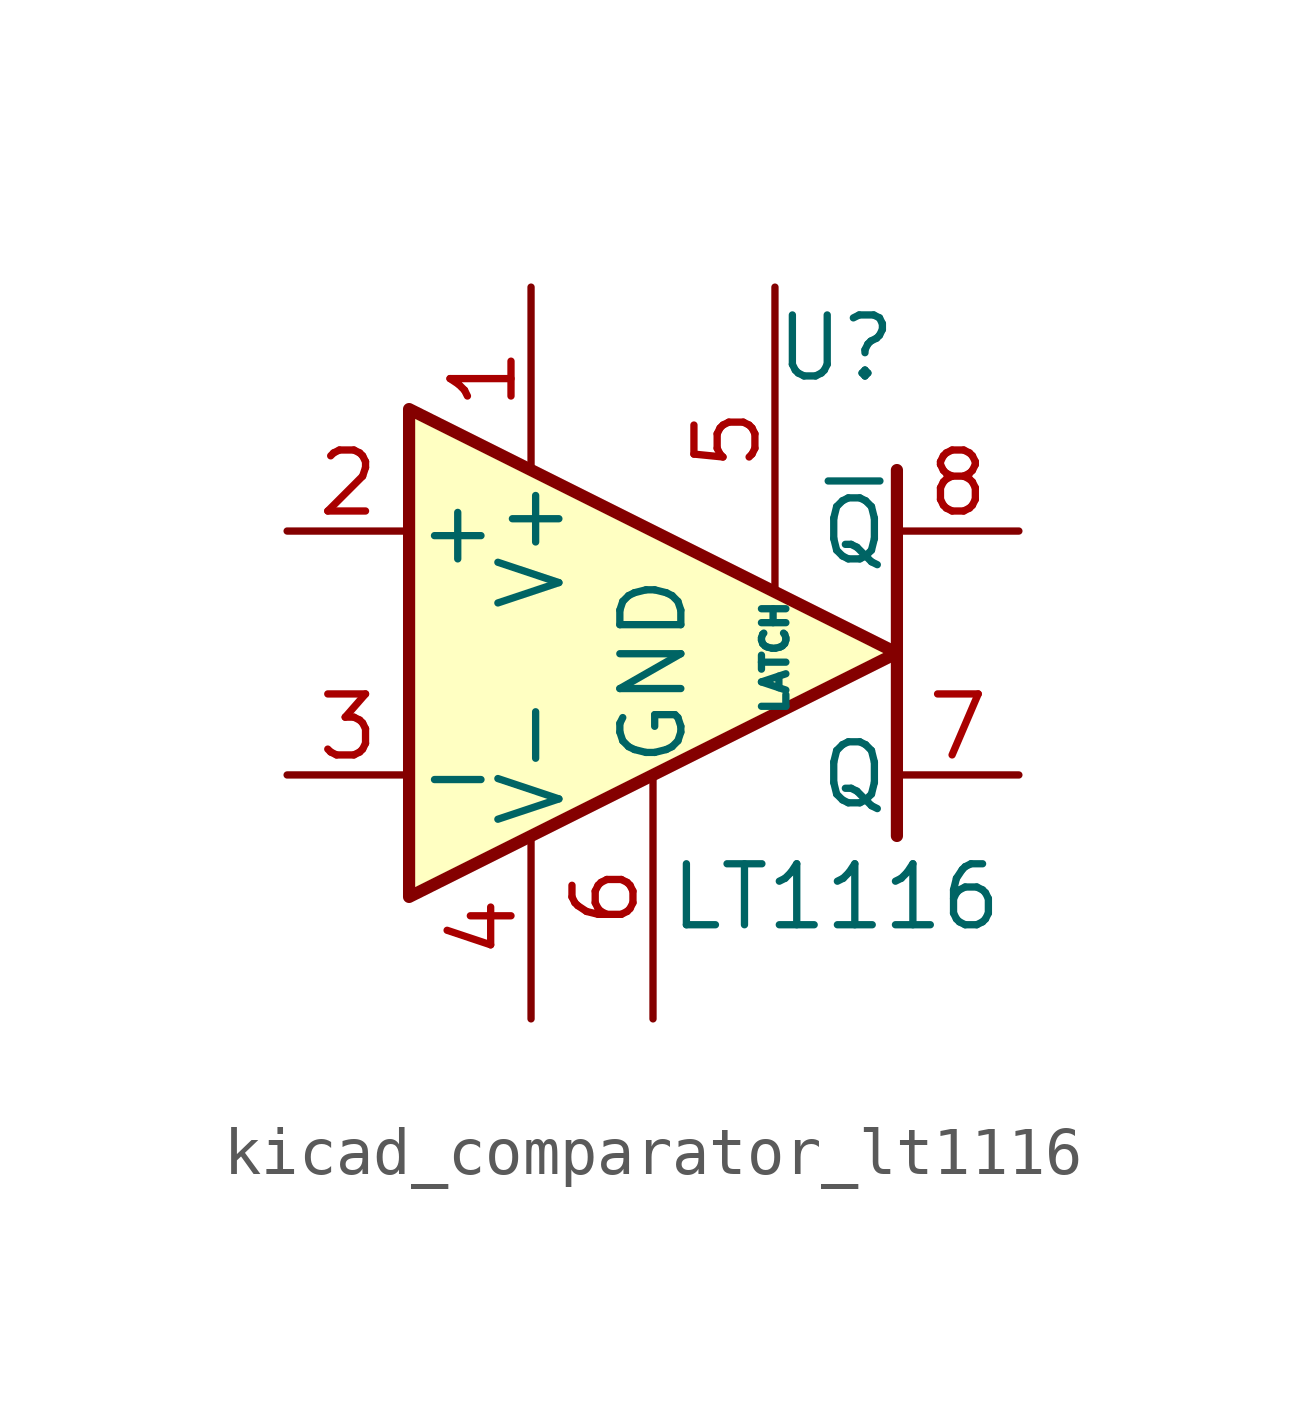
<source format=kicad_sym>
(kicad_symbol_lib
  (version 20220914)
  (generator kicad_symbol_editor)
  (symbol "kicad_comparator_lt1116"
    (pin_names
      (offset 0.127))
    (property "Reference" "U"
      (at 3.81 6.35 0)
      (effects (font (size 1.27 1.27))))
    (property "Value" "LT1116"
      (at 3.81 -5.08 0)
      (effects (font (size 1.27 1.27))))
    (symbol "kicad_comparator_lt1116_0_1"
      (polyline (pts (xy 5.08 3.81) (xy 5.08 -3.81)) (stroke (width 0.254) (type default)) (fill (type none)))
      (polyline (pts (xy -5.08 5.08) (xy 5.08 0) (xy -5.08 -5.08) (xy -5.08 5.08)) (stroke (width 0.254) (type default)) (fill (type background))))
    (symbol "kicad_comparator_lt1116_1_1"
      (pin power_in line (at -2.54 7.62 270) (length 3.81) (name "V+" (effects (font (size 1.27 1.27)))) (number "1" (effects (font (size 1.27 1.27)))))
      (pin input line (at -7.62 2.54 0) (length 2.54) (name "+" (effects (font (size 1.27 1.27)))) (number "2" (effects (font (size 1.27 1.27)))))
      (pin input line (at -7.62 -2.54 0) (length 2.54) (name "-" (effects (font (size 1.27 1.27)))) (number "3" (effects (font (size 1.27 1.27)))))
      (pin power_in line (at -2.54 -7.62 90) (length 3.81) (name "V-" (effects (font (size 1.27 1.27)))) (number "4" (effects (font (size 1.27 1.27)))))
      (pin input line (at 2.54 7.62 270) (length 6.35) (name "LATCH" (effects (font (size 0.508 0.508)))) (number "5" (effects (font (size 1.27 1.27)))))
      (pin power_in line (at 0 -7.62 90) (length 5.08) (name "GND" (effects (font (size 1.27 1.27)))) (number "6" (effects (font (size 1.27 1.27)))))
      (pin output line (at 7.62 -2.54 180) (length 2.54) (name "Q" (effects (font (size 1.27 1.27)))) (number "7" (effects (font (size 1.27 1.27)))))
      (pin output line (at 7.62 2.54 180) (length 2.54) (name "~{Q}" (effects (font (size 1.27 1.27)))) (number "8" (effects (font (size 1.27 1.27))))))))
</source>
